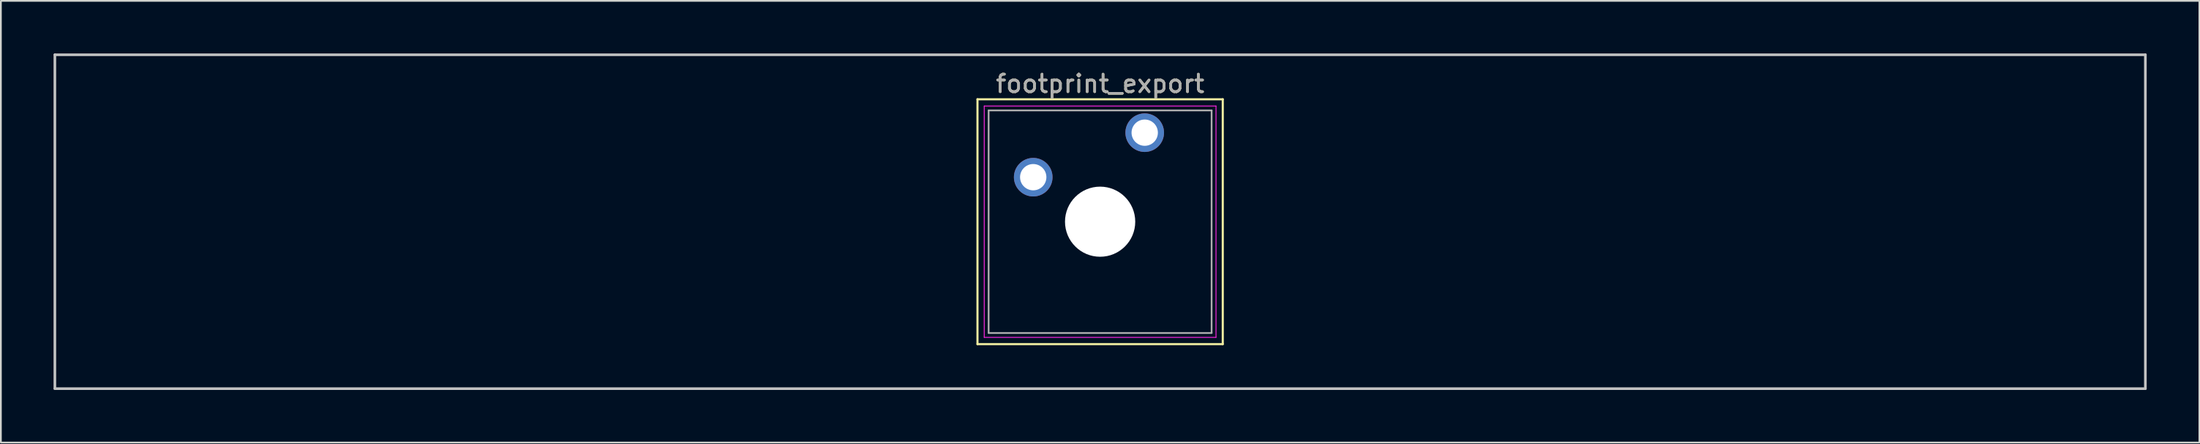
<source format=kicad_pcb>
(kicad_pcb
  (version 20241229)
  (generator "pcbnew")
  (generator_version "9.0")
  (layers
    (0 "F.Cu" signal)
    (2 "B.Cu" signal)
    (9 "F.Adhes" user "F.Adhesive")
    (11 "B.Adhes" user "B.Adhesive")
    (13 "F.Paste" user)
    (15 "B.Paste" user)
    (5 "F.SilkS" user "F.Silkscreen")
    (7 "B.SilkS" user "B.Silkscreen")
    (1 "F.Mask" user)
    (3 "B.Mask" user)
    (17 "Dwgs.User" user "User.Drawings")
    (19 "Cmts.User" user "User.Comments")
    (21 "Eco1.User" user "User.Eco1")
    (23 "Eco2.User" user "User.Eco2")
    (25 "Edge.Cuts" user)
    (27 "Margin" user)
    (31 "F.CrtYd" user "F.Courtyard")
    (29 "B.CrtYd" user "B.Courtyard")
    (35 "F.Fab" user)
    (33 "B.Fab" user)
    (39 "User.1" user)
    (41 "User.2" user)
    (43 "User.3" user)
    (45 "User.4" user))
  (footprint "footprint_export"
    (layer "F.Cu")
    (at 62.146 4.52)
    (property "Reference" "footprint_export" (at -2.54 -2.794 0) (layer "F.SilkS") (effects (font (size 1 1) (thickness 0.15))))
    (attr through_hole)
    (fp_line (start -9.525 -1.905) (end 4.445 -1.905) (stroke (width 0.12) (type solid)) (layer "F.SilkS"))
    (fp_line (start -9.525 12.065) (end -9.525 -1.905) (stroke (width 0.12) (type solid)) (layer "F.SilkS"))
    (fp_line (start 4.445 -1.905) (end 4.445 12.065) (stroke (width 0.12) (type solid)) (layer "F.SilkS"))
    (fp_line (start 4.445 12.065) (end -9.525 12.065) (stroke (width 0.12) (type solid)) (layer "F.SilkS"))
    (fp_line (start -62.071 -4.445) (end 56.991 -4.445) (stroke (width 0.15) (type solid)) (layer "Dwgs.User"))
    (fp_line (start -62.071 14.605) (end -62.071 -4.445) (stroke (width 0.15) (type solid)) (layer "Dwgs.User"))
    (fp_line (start 56.991 -4.445) (end 56.991 14.605) (stroke (width 0.15) (type solid)) (layer "Dwgs.User"))
    (fp_line (start 56.991 14.605) (end -62.071 14.605) (stroke (width 0.15) (type solid)) (layer "Dwgs.User"))
    (fp_line (start -9.14 -1.52) (end 4.06 -1.52) (stroke (width 0.05) (type solid)) (layer "F.CrtYd"))
    (fp_line (start -9.14 11.68) (end -9.14 -1.52) (stroke (width 0.05) (type solid)) (layer "F.CrtYd"))
    (fp_line (start 4.06 -1.52) (end 4.06 11.68) (stroke (width 0.05) (type solid)) (layer "F.CrtYd"))
    (fp_line (start 4.06 11.68) (end -9.14 11.68) (stroke (width 0.05) (type solid)) (layer "F.CrtYd"))
    (fp_line (start -8.89 -1.27) (end 3.81 -1.27) (stroke (width 0.1) (type solid)) (layer "F.Fab"))
    (fp_line (start -8.89 11.43) (end -8.89 -1.27) (stroke (width 0.1) (type solid)) (layer "F.Fab"))
    (fp_line (start 3.81 -1.27) (end 3.81 11.43) (stroke (width 0.1) (type solid)) (layer "F.Fab"))
    (fp_line (start 3.81 11.43) (end -8.89 11.43) (stroke (width 0.1) (type solid)) (layer "F.Fab"))
    (fp_text user "${REFERENCE}" (at -2.54 -2.794 0) (layer "F.Fab") (effects (font (size 1 1) (thickness 0.15))))
    (pad "" np_thru_hole circle (at -2.54 5.08) (size 4 4) (drill 4) (layers "*.Cu" "*.Mask"))
    (pad "1" thru_hole circle (at 0 0) (size 2.2 2.2) (drill 1.5) (layers "*.Cu" "*.Mask"))
    (pad "2" thru_hole circle (at -6.35 2.54) (size 2.2 2.2) (drill 1.5) (layers "*.Cu" "*.Mask")))
  (gr_rect
    (start -3 -3)
    (end 122.213 22.2)
    (stroke (width 0.1) (type default))
    (fill no)
    (layer "Edge.Cuts")))
</source>
